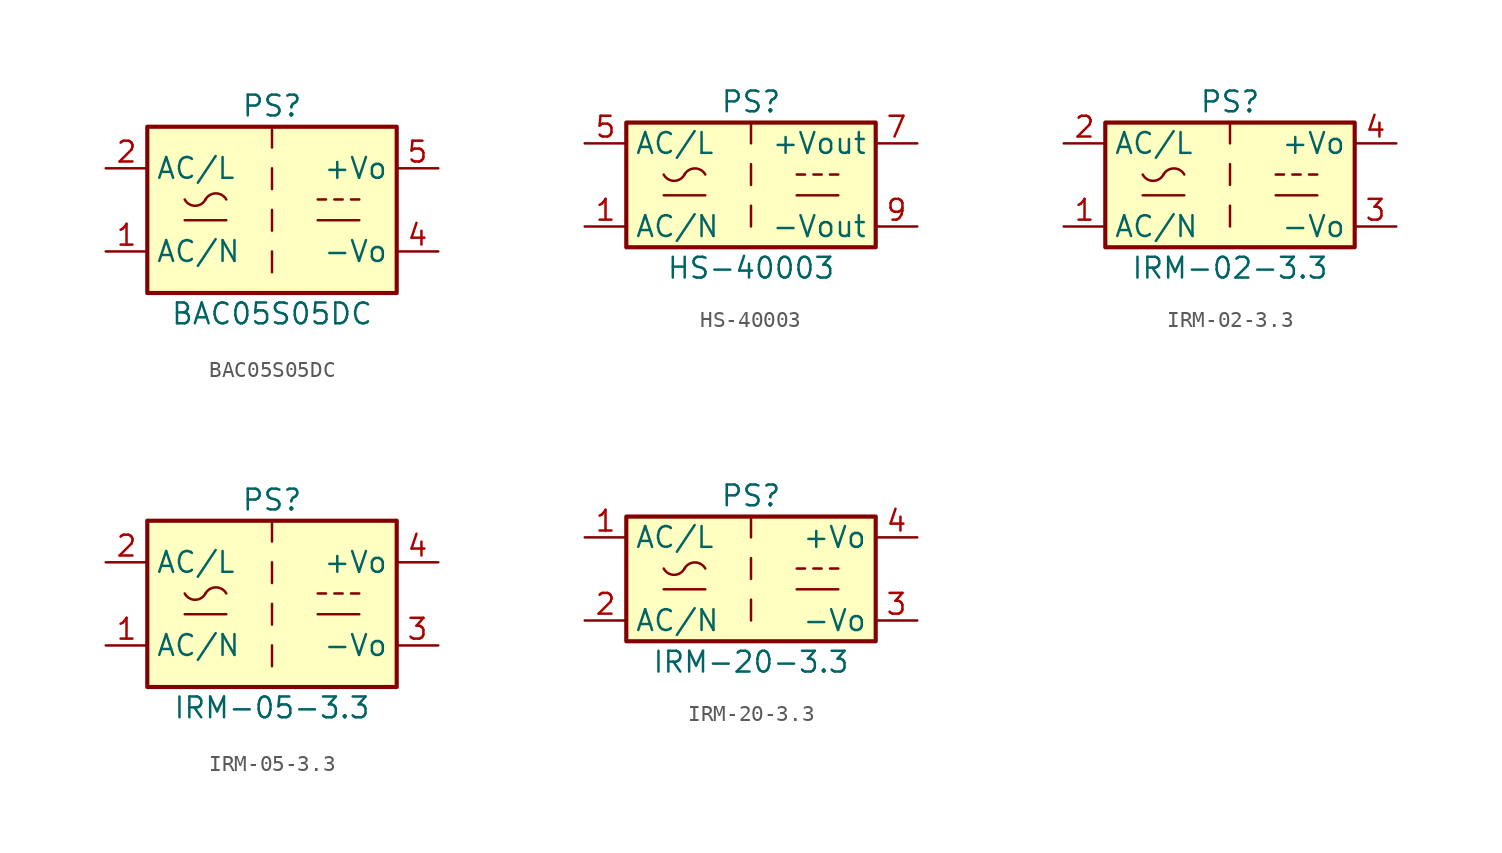
<source format=kicad_sym>
(kicad_symbol_lib
  (version 20211014)
  (generator kicad_symbol_editor)
  (symbol "BAC05S05DC"
    (property "Reference" "PS"
      (at 0 6.35 0)
      (effects (font (size 1.27 1.27))))
    (property "Value" "BAC05S05DC"
      (at 0 -6.35 0)
      (effects (font (size 1.27 1.27))))
    (symbol "BAC05S05DC_0_1"
      (rectangle (start -7.62 5.08) (end 7.62 -5.08) (stroke (width 0.254) (type default) (color 0 0 0 0)) (fill (type background)))
      (arc (start -5.334 0.635) (mid -4.699 0.2495) (end -4.064 0.635) (stroke (width 0) (type default) (color 0 0 0 0)) (fill (type none)))
      (arc (start -2.794 0.635) (mid -3.429 1.0072) (end -4.064 0.635) (stroke (width 0) (type default) (color 0 0 0 0)) (fill (type none)))
      (polyline (pts (xy -5.334 -0.635) (xy -2.794 -0.635)) (stroke (width 0) (type default) (color 0 0 0 0)) (fill (type none)))
      (polyline (pts (xy 0 -2.54) (xy 0 -3.81)) (stroke (width 0) (type default) (color 0 0 0 0)) (fill (type none)))
      (polyline (pts (xy 0 0) (xy 0 -1.27)) (stroke (width 0) (type default) (color 0 0 0 0)) (fill (type none)))
      (polyline (pts (xy 0 2.54) (xy 0 1.27)) (stroke (width 0) (type default) (color 0 0 0 0)) (fill (type none)))
      (polyline (pts (xy 0 5.08) (xy 0 3.81)) (stroke (width 0) (type default) (color 0 0 0 0)) (fill (type none)))
      (polyline (pts (xy 2.794 -0.635) (xy 5.334 -0.635)) (stroke (width 0) (type default) (color 0 0 0 0)) (fill (type none)))
      (polyline (pts (xy 2.794 0.635) (xy 3.302 0.635)) (stroke (width 0) (type default) (color 0 0 0 0)) (fill (type none)))
      (polyline (pts (xy 3.81 0.635) (xy 4.318 0.635)) (stroke (width 0) (type default) (color 0 0 0 0)) (fill (type none)))
      (polyline (pts (xy 4.826 0.635) (xy 5.334 0.635)) (stroke (width 0) (type default) (color 0 0 0 0)) (fill (type none))))
    (symbol "BAC05S05DC_1_1"
      (pin power_in line (at -10.16 -2.54 0) (length 2.54) (name "AC/N" (effects (font (size 1.27 1.27)))) (number "1" (effects (font (size 1.27 1.27)))))
      (pin power_in line (at -10.16 2.54 0) (length 2.54) (name "AC/L" (effects (font (size 1.27 1.27)))) (number "2" (effects (font (size 1.27 1.27)))))
      (pin no_connect line (at 7.62 0 180) (length 2.54) hide (name "NC" (effects (font (size 1.27 1.27)))) (number "3" (effects (font (size 1.27 1.27)))))
      (pin power_out line (at 10.16 -2.54 180) (length 2.54) (name "-Vo" (effects (font (size 1.27 1.27)))) (number "4" (effects (font (size 1.27 1.27)))))
      (pin power_out line (at 10.16 2.54 180) (length 2.54) (name "+Vo" (effects (font (size 1.27 1.27)))) (number "5" (effects (font (size 1.27 1.27)))))))
  (symbol "HS-40003"
    (property "Reference" "PS"
      (at 0 5.08 0)
      (effects (font (size 1.27 1.27))))
    (property "Value" "HS-40003"
      (at 0 -5.08 0)
      (effects (font (size 1.27 1.27))))
    (symbol "HS-40003_0_1"
      (rectangle (start -7.62 3.81) (end 7.62 -3.81) (stroke (width 0.254) (type default) (color 0 0 0 0)) (fill (type background)))
      (arc (start -5.334 0.635) (mid -4.699 0.2495) (end -4.064 0.635) (stroke (width 0) (type default) (color 0 0 0 0)) (fill (type none)))
      (arc (start -2.794 0.635) (mid -3.429 1.0072) (end -4.064 0.635) (stroke (width 0) (type default) (color 0 0 0 0)) (fill (type none)))
      (polyline (pts (xy -5.334 -0.635) (xy -2.794 -0.635)) (stroke (width 0) (type default) (color 0 0 0 0)) (fill (type none)))
      (polyline (pts (xy 2.794 -0.635) (xy 5.334 -0.635)) (stroke (width 0) (type default) (color 0 0 0 0)) (fill (type none)))
      (polyline (pts (xy 2.794 0.635) (xy 3.302 0.635)) (stroke (width 0) (type default) (color 0 0 0 0)) (fill (type none)))
      (polyline (pts (xy 3.81 0.635) (xy 4.318 0.635)) (stroke (width 0) (type default) (color 0 0 0 0)) (fill (type none)))
      (polyline (pts (xy 4.826 0.635) (xy 5.334 0.635)) (stroke (width 0) (type default) (color 0 0 0 0)) (fill (type none))))
    (symbol "HS-40003_1_1"
      (polyline (pts (xy 0 -1.27) (xy 0 -2.54)) (stroke (width 0) (type default) (color 0 0 0 0)) (fill (type none)))
      (polyline (pts (xy 0 1.27) (xy 0 0)) (stroke (width 0) (type default) (color 0 0 0 0)) (fill (type none)))
      (polyline (pts (xy 0 3.81) (xy 0 2.54)) (stroke (width 0) (type default) (color 0 0 0 0)) (fill (type none)))
      (pin power_in line (at -10.16 -2.54 0) (length 2.54) (name "AC/N" (effects (font (size 1.27 1.27)))) (number "1" (effects (font (size 1.27 1.27)))))
      (pin power_in line (at -10.16 2.54 0) (length 2.54) (name "AC/L" (effects (font (size 1.27 1.27)))) (number "5" (effects (font (size 1.27 1.27)))))
      (pin power_out line (at 10.16 2.54 180) (length 2.54) (name "+Vout" (effects (font (size 1.27 1.27)))) (number "7" (effects (font (size 1.27 1.27)))))
      (pin power_out line (at 10.16 -2.54 180) (length 2.54) (name "-Vout" (effects (font (size 1.27 1.27)))) (number "9" (effects (font (size 1.27 1.27)))))))
  (symbol "IRM-02-3.3"
    (property "Reference" "PS"
      (at 0 5.08 0)
      (effects (font (size 1.27 1.27))))
    (property "Value" "IRM-02-3.3"
      (at 0 -5.08 0)
      (effects (font (size 1.27 1.27))))
    (symbol "IRM-02-3.3_0_1"
      (rectangle (start -7.62 3.81) (end 7.62 -3.81) (stroke (width 0.254) (type default) (color 0 0 0 0)) (fill (type background)))
      (arc (start -5.334 0.635) (mid -4.699 0.2495) (end -4.064 0.635) (stroke (width 0) (type default) (color 0 0 0 0)) (fill (type none)))
      (arc (start -2.794 0.635) (mid -3.429 1.0072) (end -4.064 0.635) (stroke (width 0) (type default) (color 0 0 0 0)) (fill (type none)))
      (polyline (pts (xy -5.334 -0.635) (xy -2.794 -0.635)) (stroke (width 0) (type default) (color 0 0 0 0)) (fill (type none)))
      (polyline (pts (xy 2.794 -0.635) (xy 5.334 -0.635)) (stroke (width 0) (type default) (color 0 0 0 0)) (fill (type none)))
      (polyline (pts (xy 2.794 0.635) (xy 3.302 0.635)) (stroke (width 0) (type default) (color 0 0 0 0)) (fill (type none)))
      (polyline (pts (xy 3.81 0.635) (xy 4.318 0.635)) (stroke (width 0) (type default) (color 0 0 0 0)) (fill (type none)))
      (polyline (pts (xy 4.826 0.635) (xy 5.334 0.635)) (stroke (width 0) (type default) (color 0 0 0 0)) (fill (type none))))
    (symbol "IRM-02-3.3_1_1"
      (polyline (pts (xy 0 -1.27) (xy 0 -2.54)) (stroke (width 0) (type default) (color 0 0 0 0)) (fill (type none)))
      (polyline (pts (xy 0 1.27) (xy 0 0)) (stroke (width 0) (type default) (color 0 0 0 0)) (fill (type none)))
      (polyline (pts (xy 0 3.81) (xy 0 2.54)) (stroke (width 0) (type default) (color 0 0 0 0)) (fill (type none)))
      (pin power_in line (at -10.16 -2.54 0) (length 2.54) (name "AC/N" (effects (font (size 1.27 1.27)))) (number "1" (effects (font (size 1.27 1.27)))))
      (pin power_in line (at -10.16 2.54 0) (length 2.54) (name "AC/L" (effects (font (size 1.27 1.27)))) (number "2" (effects (font (size 1.27 1.27)))))
      (pin power_out line (at 10.16 -2.54 180) (length 2.54) (name "-Vo" (effects (font (size 1.27 1.27)))) (number "3" (effects (font (size 1.27 1.27)))))
      (pin power_out line (at 10.16 2.54 180) (length 2.54) (name "+Vo" (effects (font (size 1.27 1.27)))) (number "4" (effects (font (size 1.27 1.27)))))))
  (symbol "IRM-05-3.3"
    (property "Reference" "PS"
      (at 0 6.35 0)
      (effects (font (size 1.27 1.27))))
    (property "Value" "IRM-05-3.3"
      (at 0 -6.35 0)
      (effects (font (size 1.27 1.27))))
    (symbol "IRM-05-3.3_0_1"
      (rectangle (start -7.62 5.08) (end 7.62 -5.08) (stroke (width 0.254) (type default) (color 0 0 0 0)) (fill (type background)))
      (arc (start -5.334 0.635) (mid -4.699 0.2495) (end -4.064 0.635) (stroke (width 0) (type default) (color 0 0 0 0)) (fill (type none)))
      (arc (start -2.794 0.635) (mid -3.429 1.0072) (end -4.064 0.635) (stroke (width 0) (type default) (color 0 0 0 0)) (fill (type none)))
      (polyline (pts (xy -5.334 -0.635) (xy -2.794 -0.635)) (stroke (width 0) (type default) (color 0 0 0 0)) (fill (type none)))
      (polyline (pts (xy 0 -2.54) (xy 0 -3.81)) (stroke (width 0) (type default) (color 0 0 0 0)) (fill (type none)))
      (polyline (pts (xy 0 0) (xy 0 -1.27)) (stroke (width 0) (type default) (color 0 0 0 0)) (fill (type none)))
      (polyline (pts (xy 0 2.54) (xy 0 1.27)) (stroke (width 0) (type default) (color 0 0 0 0)) (fill (type none)))
      (polyline (pts (xy 0 5.08) (xy 0 3.81)) (stroke (width 0) (type default) (color 0 0 0 0)) (fill (type none)))
      (polyline (pts (xy 2.794 -0.635) (xy 5.334 -0.635)) (stroke (width 0) (type default) (color 0 0 0 0)) (fill (type none)))
      (polyline (pts (xy 2.794 0.635) (xy 3.302 0.635)) (stroke (width 0) (type default) (color 0 0 0 0)) (fill (type none)))
      (polyline (pts (xy 3.81 0.635) (xy 4.318 0.635)) (stroke (width 0) (type default) (color 0 0 0 0)) (fill (type none)))
      (polyline (pts (xy 4.826 0.635) (xy 5.334 0.635)) (stroke (width 0) (type default) (color 0 0 0 0)) (fill (type none))))
    (symbol "IRM-05-3.3_1_1"
      (pin power_in line (at -10.16 -2.54 0) (length 2.54) (name "AC/N" (effects (font (size 1.27 1.27)))) (number "1" (effects (font (size 1.27 1.27)))))
      (pin power_in line (at -10.16 2.54 0) (length 2.54) (name "AC/L" (effects (font (size 1.27 1.27)))) (number "2" (effects (font (size 1.27 1.27)))))
      (pin power_out line (at 10.16 -2.54 180) (length 2.54) (name "-Vo" (effects (font (size 1.27 1.27)))) (number "3" (effects (font (size 1.27 1.27)))))
      (pin power_out line (at 10.16 2.54 180) (length 2.54) (name "+Vo" (effects (font (size 1.27 1.27)))) (number "4" (effects (font (size 1.27 1.27)))))))
  (symbol "IRM-20-3.3"
    (property "Reference" "PS"
      (at 0 5.08 0)
      (effects (font (size 1.27 1.27))))
    (property "Value" "IRM-20-3.3"
      (at 0 -5.08 0)
      (effects (font (size 1.27 1.27))))
    (symbol "IRM-20-3.3_0_1"
      (rectangle (start -7.62 3.81) (end 7.62 -3.81) (stroke (width 0.254) (type default) (color 0 0 0 0)) (fill (type background)))
      (arc (start -5.334 0.635) (mid -4.699 0.2495) (end -4.064 0.635) (stroke (width 0) (type default) (color 0 0 0 0)) (fill (type none)))
      (arc (start -2.794 0.635) (mid -3.429 1.0072) (end -4.064 0.635) (stroke (width 0) (type default) (color 0 0 0 0)) (fill (type none)))
      (polyline (pts (xy -5.334 -0.635) (xy -2.794 -0.635)) (stroke (width 0) (type default) (color 0 0 0 0)) (fill (type none)))
      (polyline (pts (xy 0 -1.27) (xy 0 -2.54)) (stroke (width 0) (type default) (color 0 0 0 0)) (fill (type none)))
      (polyline (pts (xy 0 1.27) (xy 0 0)) (stroke (width 0) (type default) (color 0 0 0 0)) (fill (type none)))
      (polyline (pts (xy 0 3.81) (xy 0 2.54)) (stroke (width 0) (type default) (color 0 0 0 0)) (fill (type none)))
      (polyline (pts (xy 2.794 -0.635) (xy 5.334 -0.635)) (stroke (width 0) (type default) (color 0 0 0 0)) (fill (type none)))
      (polyline (pts (xy 2.794 0.635) (xy 3.302 0.635)) (stroke (width 0) (type default) (color 0 0 0 0)) (fill (type none)))
      (polyline (pts (xy 3.81 0.635) (xy 4.318 0.635)) (stroke (width 0) (type default) (color 0 0 0 0)) (fill (type none)))
      (polyline (pts (xy 4.826 0.635) (xy 5.334 0.635)) (stroke (width 0) (type default) (color 0 0 0 0)) (fill (type none))))
    (symbol "IRM-20-3.3_1_1"
      (pin power_in line (at -10.16 2.54 0) (length 2.54) (name "AC/L" (effects (font (size 1.27 1.27)))) (number "1" (effects (font (size 1.27 1.27)))))
      (pin power_in line (at -10.16 -2.54 0) (length 2.54) (name "AC/N" (effects (font (size 1.27 1.27)))) (number "2" (effects (font (size 1.27 1.27)))))
      (pin power_out line (at 10.16 -2.54 180) (length 2.54) (name "-Vo" (effects (font (size 1.27 1.27)))) (number "3" (effects (font (size 1.27 1.27)))))
      (pin power_out line (at 10.16 2.54 180) (length 2.54) (name "+Vo" (effects (font (size 1.27 1.27)))) (number "4" (effects (font (size 1.27 1.27))))))))
</source>
